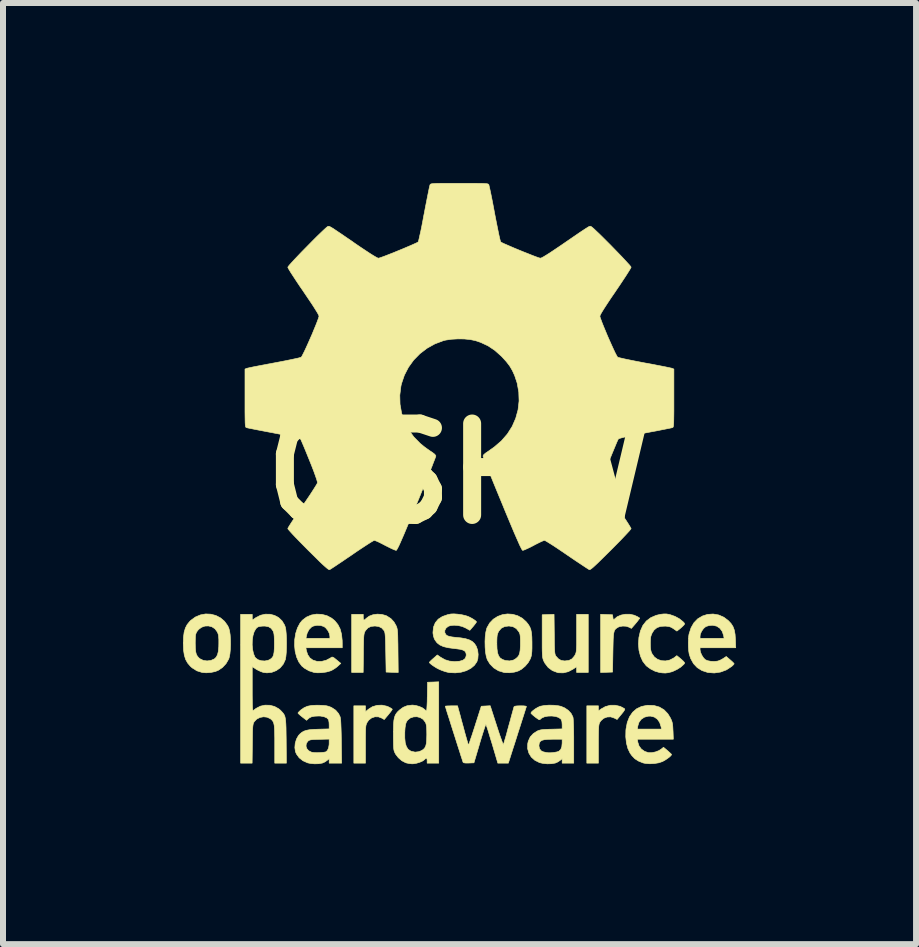
<source format=kicad_pcb>
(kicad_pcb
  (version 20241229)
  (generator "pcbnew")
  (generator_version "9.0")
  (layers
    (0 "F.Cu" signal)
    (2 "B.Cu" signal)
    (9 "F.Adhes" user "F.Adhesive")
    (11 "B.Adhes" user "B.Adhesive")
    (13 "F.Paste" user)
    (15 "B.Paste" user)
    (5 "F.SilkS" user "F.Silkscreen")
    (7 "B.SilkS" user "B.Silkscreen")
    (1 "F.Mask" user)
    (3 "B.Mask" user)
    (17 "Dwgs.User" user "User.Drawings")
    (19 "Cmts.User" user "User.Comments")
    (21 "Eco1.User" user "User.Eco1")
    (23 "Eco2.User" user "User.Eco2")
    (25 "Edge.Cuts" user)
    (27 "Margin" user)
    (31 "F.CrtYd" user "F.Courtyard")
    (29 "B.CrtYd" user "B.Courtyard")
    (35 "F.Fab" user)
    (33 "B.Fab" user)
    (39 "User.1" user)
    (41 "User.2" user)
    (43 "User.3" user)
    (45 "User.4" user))
  (footprint "OSHW"
    (layer "F.Cu")
    (at 4.601 4.843)
    (property "Reference" "OSHW" (at 0 0 0) (layer "F.SilkS") (effects (font (size 1.524 1.524) (thickness 0.3))))
    (attr through_hole)
    (fp_poly (pts (xy 2.687 3.88) (xy 2.756 3.917) (xy 2.762 3.926) (xy 2.756 3.943) (xy 2.738 3.97) (xy 2.705 4.012) (xy 2.703 4.013) (xy 2.634 4.098) (xy 2.586 4.074) (xy 2.526 4.054) (xy 2.465 4.057) (xy 2.409 4.079) (xy 2.363 4.12) (xy 2.343 4.15) (xy 2.337 4.165) (xy 2.332 4.184) (xy 2.328 4.21) (xy 2.326 4.246) (xy 2.324 4.295) (xy 2.323 4.36) (xy 2.322 4.445) (xy 2.322 4.508) (xy 2.322 4.826) (xy 2.129 4.826) (xy 2.129 3.87) (xy 2.322 3.87) (xy 2.322 3.956) (xy 2.365 3.924) (xy 2.438 3.883) (xy 2.52 3.861) (xy 2.604 3.861) (xy 2.687 3.88)) (stroke (width 0.01) (type solid)) (fill yes) (layer "F.SilkS"))
    (fp_poly (pts (xy -1.202 3.877) (xy -1.176 3.888) (xy -1.142 3.906) (xy -1.119 3.921) (xy -1.113 3.928) (xy -1.12 3.941) (xy -1.139 3.968) (xy -1.167 4.003) (xy -1.18 4.019) (xy -1.247 4.099) (xy -1.286 4.076) (xy -1.343 4.054) (xy -1.402 4.053) (xy -1.458 4.072) (xy -1.506 4.109) (xy -1.533 4.148) (xy -1.541 4.166) (xy -1.548 4.183) (xy -1.553 4.204) (xy -1.556 4.232) (xy -1.558 4.269) (xy -1.559 4.32) (xy -1.56 4.386) (xy -1.56 4.473) (xy -1.56 4.514) (xy -1.56 4.826) (xy -1.754 4.826) (xy -1.754 3.87) (xy -1.56 3.87) (xy -1.56 3.969) (xy -1.512 3.928) (xy -1.444 3.885) (xy -1.366 3.862) (xy -1.284 3.859) (xy -1.202 3.877)) (stroke (width 0.01) (type solid)) (fill yes) (layer "F.SilkS"))
    (fp_poly (pts (xy 2.847 2.344) (xy 2.919 2.36) (xy 2.972 2.384) (xy 3.012 2.409) (xy 2.988 2.441) (xy 2.967 2.469) (xy 2.937 2.505) (xy 2.918 2.527) (xy 2.872 2.58) (xy 2.833 2.56) (xy 2.785 2.544) (xy 2.73 2.541) (xy 2.677 2.549) (xy 2.645 2.563) (xy 2.624 2.577) (xy 2.607 2.591) (xy 2.594 2.608) (xy 2.585 2.63) (xy 2.578 2.66) (xy 2.573 2.702) (xy 2.569 2.758) (xy 2.567 2.831) (xy 2.565 2.924) (xy 2.564 2.975) (xy 2.558 3.308) (xy 2.359 3.315) (xy 2.359 2.345) (xy 2.558 2.353) (xy 2.564 2.4) (xy 2.569 2.429) (xy 2.575 2.437) (xy 2.585 2.429) (xy 2.587 2.427) (xy 2.635 2.386) (xy 2.699 2.358) (xy 2.771 2.344) (xy 2.847 2.344)) (stroke (width 0.01) (type solid)) (fill yes) (layer "F.SilkS"))
    (fp_poly (pts (xy 1.587 2.678) (xy 1.588 2.776) (xy 1.589 2.854) (xy 1.591 2.913) (xy 1.593 2.957) (xy 1.596 2.988) (xy 1.6 3.01) (xy 1.605 3.026) (xy 1.611 3.038) (xy 1.615 3.043) (xy 1.656 3.088) (xy 1.7 3.113) (xy 1.754 3.122) (xy 1.764 3.122) (xy 1.831 3.114) (xy 1.883 3.087) (xy 1.923 3.04) (xy 1.932 3.024) (xy 1.941 3.007) (xy 1.947 2.989) (xy 1.952 2.968) (xy 1.955 2.941) (xy 1.957 2.904) (xy 1.959 2.853) (xy 1.959 2.786) (xy 1.959 2.7) (xy 1.959 2.658) (xy 1.959 2.346) (xy 2.153 2.346) (xy 2.153 3.314) (xy 1.959 3.314) (xy 1.959 3.219) (xy 1.899 3.259) (xy 1.82 3.301) (xy 1.738 3.321) (xy 1.657 3.319) (xy 1.639 3.315) (xy 1.555 3.283) (xy 1.485 3.231) (xy 1.431 3.161) (xy 1.413 3.127) (xy 1.405 3.108) (xy 1.399 3.091) (xy 1.394 3.07) (xy 1.39 3.044) (xy 1.388 3.009) (xy 1.386 2.962) (xy 1.385 2.901) (xy 1.385 2.822) (xy 1.385 2.722) (xy 1.385 2.709) (xy 1.385 2.353) (xy 1.484 2.349) (xy 1.583 2.346) (xy 1.587 2.678)) (stroke (width 0.01) (type solid)) (fill yes) (layer "F.SilkS"))
    (fp_poly (pts (xy -1.288 2.347) (xy -1.219 2.366) (xy -1.203 2.374) (xy -1.136 2.417) (xy -1.086 2.471) (xy -1.05 2.534) (xy -1.042 2.552) (xy -1.036 2.57) (xy -1.031 2.592) (xy -1.027 2.619) (xy -1.024 2.655) (xy -1.022 2.703) (xy -1.021 2.766) (xy -1.019 2.847) (xy -1.018 2.95) (xy -1.018 2.955) (xy -1.014 3.315) (xy -1.115 3.312) (xy -1.216 3.308) (xy -1.222 2.981) (xy -1.224 2.883) (xy -1.226 2.805) (xy -1.228 2.745) (xy -1.231 2.701) (xy -1.234 2.669) (xy -1.238 2.646) (xy -1.244 2.63) (xy -1.25 2.617) (xy -1.289 2.573) (xy -1.34 2.548) (xy -1.402 2.54) (xy -1.468 2.547) (xy -1.518 2.571) (xy -1.557 2.613) (xy -1.562 2.621) (xy -1.571 2.636) (xy -1.577 2.651) (xy -1.582 2.669) (xy -1.586 2.694) (xy -1.589 2.728) (xy -1.591 2.775) (xy -1.592 2.838) (xy -1.594 2.92) (xy -1.594 2.991) (xy -1.598 3.314) (xy -1.79 3.314) (xy -1.79 2.346) (xy -1.597 2.346) (xy -1.597 2.395) (xy -1.594 2.429) (xy -1.585 2.441) (xy -1.566 2.431) (xy -1.548 2.413) (xy -1.498 2.376) (xy -1.434 2.352) (xy -1.362 2.342) (xy -1.288 2.347)) (stroke (width 0.01) (type solid)) (fill yes) (layer "F.SilkS"))
    (fp_poly (pts (xy -2.288 2.346) (xy -2.202 2.368) (xy -2.123 2.41) (xy -2.07 2.454) (xy -2.019 2.517) (xy -1.982 2.59) (xy -1.959 2.677) (xy -1.948 2.78) (xy -1.947 2.827) (xy -1.947 2.903) (xy -2.553 2.903) (xy -2.545 2.948) (xy -2.523 3.018) (xy -2.486 3.072) (xy -2.437 3.108) (xy -2.367 3.13) (xy -2.29 3.13) (xy -2.213 3.11) (xy -2.14 3.071) (xy -2.134 3.067) (xy -2.12 3.058) (xy -2.106 3.059) (xy -2.086 3.069) (xy -2.056 3.093) (xy -2.04 3.106) (xy -1.971 3.163) (xy -2.026 3.214) (xy -2.069 3.247) (xy -2.117 3.276) (xy -2.144 3.288) (xy -2.212 3.307) (xy -2.289 3.318) (xy -2.364 3.32) (xy -2.417 3.314) (xy -2.501 3.287) (xy -2.576 3.244) (xy -2.621 3.207) (xy -2.671 3.14) (xy -2.708 3.057) (xy -2.732 2.963) (xy -2.742 2.863) (xy -2.739 2.762) (xy -2.736 2.746) (xy -2.551 2.746) (xy -2.153 2.746) (xy -2.153 2.711) (xy -2.162 2.665) (xy -2.187 2.615) (xy -2.221 2.573) (xy -2.25 2.55) (xy -2.305 2.532) (xy -2.367 2.528) (xy -2.425 2.54) (xy -2.457 2.555) (xy -2.5 2.598) (xy -2.531 2.657) (xy -2.544 2.706) (xy -2.551 2.746) (xy -2.736 2.746) (xy -2.723 2.663) (xy -2.693 2.571) (xy -2.651 2.492) (xy -2.612 2.444) (xy -2.542 2.391) (xy -2.462 2.357) (xy -2.376 2.342) (xy -2.288 2.346)) (stroke (width 0.01) (type solid)) (fill yes) (layer "F.SilkS"))
    (fp_poly (pts (xy 3.248 3.865) (xy 3.337 3.89) (xy 3.415 3.936) (xy 3.479 4.002) (xy 3.521 4.071) (xy 3.539 4.109) (xy 3.55 4.141) (xy 3.558 4.176) (xy 3.562 4.22) (xy 3.565 4.279) (xy 3.566 4.289) (xy 3.571 4.427) (xy 2.972 4.427) (xy 2.979 4.477) (xy 2.999 4.539) (xy 3.038 4.591) (xy 3.093 4.63) (xy 3.157 4.651) (xy 3.21 4.651) (xy 3.272 4.639) (xy 3.33 4.617) (xy 3.372 4.59) (xy 3.407 4.561) (xy 3.473 4.616) (xy 3.505 4.645) (xy 3.53 4.668) (xy 3.541 4.68) (xy 3.541 4.681) (xy 3.535 4.695) (xy 3.513 4.718) (xy 3.479 4.744) (xy 3.44 4.771) (xy 3.399 4.794) (xy 3.387 4.8) (xy 3.327 4.82) (xy 3.254 4.832) (xy 3.179 4.836) (xy 3.109 4.831) (xy 3.066 4.822) (xy 2.988 4.79) (xy 2.928 4.751) (xy 2.878 4.698) (xy 2.849 4.657) (xy 2.813 4.581) (xy 2.789 4.49) (xy 2.778 4.387) (xy 2.78 4.28) (xy 2.782 4.259) (xy 2.782 4.258) (xy 2.972 4.258) (xy 3.374 4.258) (xy 3.366 4.218) (xy 3.343 4.147) (xy 3.305 4.093) (xy 3.253 4.057) (xy 3.19 4.042) (xy 3.154 4.043) (xy 3.088 4.06) (xy 3.034 4.096) (xy 2.997 4.148) (xy 2.979 4.207) (xy 2.972 4.258) (xy 2.782 4.258) (xy 2.803 4.148) (xy 2.84 4.054) (xy 2.893 3.977) (xy 2.96 3.919) (xy 3.04 3.881) (xy 3.134 3.862) (xy 3.146 3.861) (xy 3.248 3.865)) (stroke (width 0.01) (type solid)) (fill yes) (layer "F.SilkS"))
    (fp_poly (pts (xy 4.326 2.356) (xy 4.413 2.394) (xy 4.486 2.449) (xy 4.532 2.498) (xy 4.565 2.549) (xy 4.587 2.608) (xy 4.6 2.679) (xy 4.606 2.767) (xy 4.611 2.903) (xy 4.016 2.903) (xy 4.016 2.937) (xy 4.024 2.978) (xy 4.045 3.026) (xy 4.073 3.07) (xy 4.103 3.101) (xy 4.141 3.118) (xy 4.193 3.128) (xy 4.25 3.131) (xy 4.303 3.126) (xy 4.322 3.121) (xy 4.361 3.105) (xy 4.402 3.082) (xy 4.409 3.077) (xy 4.453 3.048) (xy 4.518 3.104) (xy 4.551 3.133) (xy 4.574 3.156) (xy 4.584 3.169) (xy 4.584 3.17) (xy 4.576 3.182) (xy 4.554 3.204) (xy 4.541 3.215) (xy 4.454 3.272) (xy 4.356 3.308) (xy 4.253 3.323) (xy 4.148 3.315) (xy 4.143 3.314) (xy 4.049 3.283) (xy 3.97 3.234) (xy 3.907 3.167) (xy 3.86 3.082) (xy 3.835 3.007) (xy 3.827 2.955) (xy 3.822 2.889) (xy 3.821 2.816) (xy 3.824 2.746) (xy 3.827 2.711) (xy 4.016 2.711) (xy 4.016 2.746) (xy 4.417 2.746) (xy 4.409 2.7) (xy 4.386 2.631) (xy 4.347 2.578) (xy 4.295 2.543) (xy 4.229 2.528) (xy 4.216 2.528) (xy 4.161 2.534) (xy 4.114 2.549) (xy 4.112 2.55) (xy 4.075 2.581) (xy 4.043 2.626) (xy 4.021 2.675) (xy 4.016 2.711) (xy 3.827 2.711) (xy 3.83 2.688) (xy 3.833 2.673) (xy 3.866 2.57) (xy 3.914 2.486) (xy 3.978 2.42) (xy 4.057 2.373) (xy 4.139 2.347) (xy 4.234 2.34) (xy 4.326 2.356)) (stroke (width 0.01) (type solid)) (fill yes) (layer "F.SilkS"))
    (fp_poly (pts (xy 3.455 2.339) (xy 3.5 2.347) (xy 3.52 2.352) (xy 3.599 2.38) (xy 3.672 2.42) (xy 3.732 2.468) (xy 3.737 2.473) (xy 3.756 2.494) (xy 3.758 2.508) (xy 3.746 2.525) (xy 3.742 2.529) (xy 3.718 2.553) (xy 3.686 2.581) (xy 3.675 2.59) (xy 3.63 2.625) (xy 3.575 2.586) (xy 3.538 2.563) (xy 3.503 2.55) (xy 3.459 2.544) (xy 3.438 2.542) (xy 3.36 2.546) (xy 3.299 2.567) (xy 3.251 2.606) (xy 3.218 2.656) (xy 3.204 2.689) (xy 3.194 2.721) (xy 3.19 2.76) (xy 3.188 2.813) (xy 3.188 2.83) (xy 3.189 2.89) (xy 3.193 2.933) (xy 3.201 2.967) (xy 3.214 2.999) (xy 3.216 3.002) (xy 3.255 3.057) (xy 3.309 3.096) (xy 3.372 3.118) (xy 3.441 3.122) (xy 3.51 3.108) (xy 3.576 3.074) (xy 3.586 3.067) (xy 3.629 3.034) (xy 3.674 3.07) (xy 3.707 3.098) (xy 3.735 3.124) (xy 3.742 3.131) (xy 3.758 3.151) (xy 3.757 3.165) (xy 3.742 3.182) (xy 3.694 3.225) (xy 3.632 3.264) (xy 3.564 3.296) (xy 3.541 3.304) (xy 3.486 3.318) (xy 3.437 3.324) (xy 3.384 3.321) (xy 3.337 3.314) (xy 3.264 3.293) (xy 3.19 3.255) (xy 3.126 3.208) (xy 3.114 3.196) (xy 3.061 3.127) (xy 3.023 3.042) (xy 2.998 2.944) (xy 2.99 2.838) (xy 2.997 2.732) (xy 3.022 2.623) (xy 3.063 2.531) (xy 3.121 2.457) (xy 3.195 2.401) (xy 3.285 2.362) (xy 3.359 2.345) (xy 3.412 2.339) (xy 3.455 2.339)) (stroke (width 0.01) (type solid)) (fill yes) (layer "F.SilkS"))
    (fp_poly (pts (xy -4.137 2.343) (xy -4.053 2.365) (xy -3.976 2.405) (xy -3.91 2.461) (xy -3.857 2.534) (xy -3.839 2.572) (xy -3.825 2.621) (xy -3.815 2.688) (xy -3.81 2.766) (xy -3.809 2.849) (xy -3.812 2.93) (xy -3.819 3.004) (xy -3.831 3.064) (xy -3.839 3.09) (xy -3.883 3.166) (xy -3.943 3.231) (xy -4.014 3.279) (xy -4.064 3.299) (xy -4.136 3.314) (xy -4.215 3.32) (xy -4.283 3.314) (xy -4.37 3.287) (xy -4.449 3.237) (xy -4.479 3.21) (xy -4.524 3.157) (xy -4.557 3.098) (xy -4.579 3.027) (xy -4.592 2.942) (xy -4.596 2.838) (xy -4.596 2.83) (xy -4.397 2.83) (xy -4.395 2.908) (xy -4.39 2.967) (xy -4.379 3.011) (xy -4.361 3.044) (xy -4.335 3.073) (xy -4.317 3.087) (xy -4.263 3.113) (xy -4.2 3.122) (xy -4.136 3.114) (xy -4.078 3.089) (xy -4.078 3.089) (xy -4.048 3.06) (xy -4.026 3.019) (xy -4.012 2.962) (xy -4.005 2.886) (xy -4.004 2.83) (xy -4.004 2.766) (xy -4.007 2.721) (xy -4.011 2.688) (xy -4.02 2.661) (xy -4.031 2.637) (xy -4.068 2.587) (xy -4.118 2.554) (xy -4.175 2.539) (xy -4.235 2.541) (xy -4.292 2.561) (xy -4.342 2.598) (xy -4.372 2.637) (xy -4.382 2.658) (xy -4.39 2.682) (xy -4.394 2.714) (xy -4.396 2.759) (xy -4.397 2.823) (xy -4.397 2.83) (xy -4.596 2.83) (xy -4.593 2.727) (xy -4.582 2.643) (xy -4.561 2.573) (xy -4.531 2.515) (xy -4.488 2.463) (xy -4.47 2.445) (xy -4.394 2.39) (xy -4.31 2.355) (xy -4.224 2.339) (xy -4.137 2.343)) (stroke (width 0.01) (type solid)) (fill yes) (layer "F.SilkS"))
    (fp_poly (pts (xy 0.893 2.345) (xy 0.977 2.369) (xy 1.055 2.412) (xy 1.117 2.468) (xy 1.152 2.511) (xy 1.178 2.553) (xy 1.196 2.599) (xy 1.207 2.654) (xy 1.213 2.723) (xy 1.215 2.81) (xy 1.215 2.836) (xy 1.215 2.91) (xy 1.213 2.964) (xy 1.209 3.005) (xy 1.204 3.037) (xy 1.195 3.066) (xy 1.188 3.086) (xy 1.152 3.15) (xy 1.1 3.211) (xy 1.038 3.262) (xy 0.988 3.289) (xy 0.921 3.309) (xy 0.843 3.319) (xy 0.766 3.317) (xy 0.747 3.314) (xy 0.658 3.287) (xy 0.579 3.239) (xy 0.515 3.174) (xy 0.47 3.101) (xy 0.453 3.045) (xy 0.44 2.973) (xy 0.434 2.89) (xy 0.433 2.83) (xy 0.629 2.83) (xy 0.632 2.918) (xy 0.641 2.986) (xy 0.658 3.036) (xy 0.684 3.072) (xy 0.721 3.097) (xy 0.771 3.115) (xy 0.771 3.115) (xy 0.842 3.122) (xy 0.906 3.108) (xy 0.942 3.087) (xy 0.974 3.06) (xy 0.996 3.03) (xy 1.01 2.992) (xy 1.018 2.942) (xy 1.022 2.875) (xy 1.022 2.83) (xy 1.022 2.765) (xy 1.02 2.718) (xy 1.016 2.685) (xy 1.009 2.66) (xy 0.998 2.639) (xy 0.997 2.637) (xy 0.954 2.583) (xy 0.898 2.551) (xy 0.831 2.54) (xy 0.83 2.54) (xy 0.76 2.549) (xy 0.705 2.576) (xy 0.664 2.623) (xy 0.656 2.637) (xy 0.644 2.664) (xy 0.636 2.691) (xy 0.632 2.726) (xy 0.63 2.773) (xy 0.629 2.83) (xy 0.433 2.83) (xy 0.432 2.802) (xy 0.436 2.717) (xy 0.446 2.641) (xy 0.461 2.58) (xy 0.465 2.569) (xy 0.51 2.49) (xy 0.57 2.427) (xy 0.642 2.381) (xy 0.722 2.351) (xy 0.807 2.339) (xy 0.893 2.345)) (stroke (width 0.01) (type solid)) (fill yes) (layer "F.SilkS"))
    (fp_poly (pts (xy -0.339 4.826) (xy -0.532 4.826) (xy -0.532 4.784) (xy -0.535 4.752) (xy -0.546 4.743) (xy -0.566 4.756) (xy -0.574 4.765) (xy -0.606 4.789) (xy -0.653 4.81) (xy -0.708 4.827) (xy -0.761 4.836) (xy -0.784 4.837) (xy -0.832 4.832) (xy -0.88 4.822) (xy -0.89 4.819) (xy -0.955 4.785) (xy -1.013 4.734) (xy -1.059 4.674) (xy -1.066 4.66) (xy -1.076 4.639) (xy -1.083 4.619) (xy -1.088 4.595) (xy -1.091 4.564) (xy -1.093 4.522) (xy -1.094 4.465) (xy -1.095 4.406) (xy -0.905 4.406) (xy -0.897 4.488) (xy -0.878 4.55) (xy -0.849 4.595) (xy -0.808 4.623) (xy -0.796 4.628) (xy -0.733 4.642) (xy -0.673 4.635) (xy -0.634 4.62) (xy -0.599 4.6) (xy -0.574 4.575) (xy -0.556 4.541) (xy -0.545 4.496) (xy -0.54 4.434) (xy -0.538 4.352) (xy -0.538 4.348) (xy -0.539 4.281) (xy -0.541 4.232) (xy -0.545 4.197) (xy -0.551 4.17) (xy -0.561 4.146) (xy -0.563 4.143) (xy -0.599 4.096) (xy -0.648 4.066) (xy -0.703 4.052) (xy -0.76 4.055) (xy -0.813 4.073) (xy -0.858 4.109) (xy -0.878 4.139) (xy -0.891 4.177) (xy -0.9 4.235) (xy -0.905 4.304) (xy -0.905 4.406) (xy -1.095 4.406) (xy -1.095 4.39) (xy -1.095 4.354) (xy -1.094 4.255) (xy -1.092 4.177) (xy -1.087 4.116) (xy -1.078 4.068) (xy -1.065 4.03) (xy -1.047 3.998) (xy -1.023 3.969) (xy -0.992 3.94) (xy -0.931 3.895) (xy -0.867 3.869) (xy -0.791 3.859) (xy -0.773 3.858) (xy -0.72 3.865) (xy -0.663 3.881) (xy -0.613 3.903) (xy -0.576 3.929) (xy -0.57 3.935) (xy -0.552 3.951) (xy -0.543 3.955) (xy -0.54 3.944) (xy -0.537 3.912) (xy -0.534 3.863) (xy -0.531 3.8) (xy -0.53 3.729) (xy -0.529 3.716) (xy -0.526 3.477) (xy -0.432 3.474) (xy -0.339 3.47) (xy -0.339 4.826)) (stroke (width 0.01) (type solid)) (fill yes) (layer "F.SilkS"))
    (fp_poly (pts (xy -0.021 2.343) (xy 0.048 2.353) (xy 0.112 2.368) (xy 0.156 2.383) (xy 0.201 2.406) (xy 0.242 2.43) (xy 0.273 2.452) (xy 0.289 2.468) (xy 0.29 2.472) (xy 0.283 2.485) (xy 0.264 2.511) (xy 0.237 2.545) (xy 0.235 2.547) (xy 0.179 2.612) (xy 0.112 2.574) (xy 0.053 2.548) (xy -0.015 2.532) (xy -0.083 2.527) (xy -0.143 2.533) (xy -0.18 2.545) (xy -0.217 2.575) (xy -0.237 2.611) (xy -0.238 2.649) (xy -0.22 2.684) (xy -0.194 2.703) (xy -0.164 2.713) (xy -0.12 2.722) (xy -0.071 2.728) (xy -0.07 2.728) (xy 0.03 2.738) (xy 0.11 2.752) (xy 0.172 2.772) (xy 0.22 2.798) (xy 0.257 2.833) (xy 0.286 2.877) (xy 0.288 2.882) (xy 0.31 2.944) (xy 0.318 3.014) (xy 0.313 3.083) (xy 0.297 3.136) (xy 0.255 3.196) (xy 0.195 3.246) (xy 0.12 3.285) (xy 0.034 3.31) (xy -0.06 3.321) (xy -0.157 3.317) (xy -0.181 3.313) (xy -0.229 3.301) (xy -0.284 3.282) (xy -0.325 3.265) (xy -0.369 3.243) (xy -0.413 3.216) (xy -0.452 3.189) (xy -0.481 3.166) (xy -0.495 3.149) (xy -0.496 3.147) (xy -0.487 3.135) (xy -0.465 3.113) (xy -0.433 3.084) (xy -0.429 3.081) (xy -0.363 3.022) (xy -0.309 3.06) (xy -0.235 3.102) (xy -0.16 3.125) (xy -0.074 3.133) (xy -0.071 3.133) (xy 0.008 3.127) (xy 0.065 3.11) (xy 0.102 3.081) (xy 0.118 3.04) (xy 0.119 3.009) (xy 0.111 2.98) (xy 0.094 2.957) (xy 0.064 2.941) (xy 0.017 2.928) (xy -0.05 2.919) (xy -0.084 2.915) (xy -0.183 2.902) (xy -0.261 2.883) (xy -0.321 2.856) (xy -0.367 2.82) (xy -0.401 2.774) (xy -0.413 2.752) (xy -0.427 2.708) (xy -0.435 2.659) (xy -0.435 2.644) (xy -0.426 2.558) (xy -0.396 2.485) (xy -0.347 2.426) (xy -0.278 2.382) (xy -0.19 2.351) (xy -0.137 2.34) (xy -0.086 2.338) (xy -0.021 2.343)) (stroke (width 0.01) (type solid)) (fill yes) (layer "F.SilkS"))
    (fp_poly (pts (xy -2.322 3.861) (xy -2.259 3.864) (xy -2.213 3.869) (xy -2.176 3.878) (xy -2.142 3.891) (xy -2.124 3.899) (xy -2.057 3.943) (xy -2.009 3.999) (xy -1.983 4.052) (xy -1.978 4.074) (xy -1.973 4.112) (xy -1.97 4.168) (xy -1.967 4.242) (xy -1.964 4.337) (xy -1.962 4.455) (xy -1.962 4.46) (xy -1.957 4.826) (xy -2.165 4.826) (xy -2.165 4.751) (xy -2.202 4.782) (xy -2.239 4.807) (xy -2.28 4.825) (xy -2.283 4.825) (xy -2.34 4.835) (xy -2.408 4.837) (xy -2.475 4.831) (xy -2.524 4.821) (xy -2.602 4.786) (xy -2.665 4.736) (xy -2.71 4.674) (xy -2.727 4.635) (xy -2.737 4.568) (xy -2.735 4.542) (xy -2.551 4.542) (xy -2.538 4.583) (xy -2.508 4.618) (xy -2.464 4.641) (xy -2.449 4.645) (xy -2.411 4.65) (xy -2.362 4.651) (xy -2.309 4.649) (xy -2.26 4.645) (xy -2.225 4.639) (xy -2.22 4.637) (xy -2.195 4.615) (xy -2.176 4.575) (xy -2.166 4.52) (xy -2.165 4.493) (xy -2.165 4.425) (xy -2.327 4.429) (xy -2.394 4.431) (xy -2.44 4.433) (xy -2.472 4.437) (xy -2.493 4.443) (xy -2.508 4.451) (xy -2.521 4.462) (xy -2.546 4.5) (xy -2.551 4.542) (xy -2.735 4.542) (xy -2.731 4.496) (xy -2.71 4.425) (xy -2.676 4.365) (xy -2.653 4.34) (xy -2.621 4.313) (xy -2.587 4.293) (xy -2.546 4.279) (xy -2.494 4.269) (xy -2.426 4.263) (xy -2.343 4.26) (xy -2.165 4.255) (xy -2.165 4.189) (xy -2.167 4.147) (xy -2.173 4.112) (xy -2.178 4.098) (xy -2.205 4.071) (xy -2.25 4.052) (xy -2.309 4.041) (xy -2.339 4.04) (xy -2.406 4.043) (xy -2.456 4.052) (xy -2.492 4.069) (xy -2.51 4.083) (xy -2.541 4.112) (xy -2.613 4.056) (xy -2.648 4.028) (xy -2.673 4.005) (xy -2.685 3.991) (xy -2.685 3.99) (xy -2.677 3.978) (xy -2.655 3.956) (xy -2.634 3.937) (xy -2.583 3.902) (xy -2.526 3.877) (xy -2.457 3.864) (xy -2.373 3.86) (xy -2.322 3.861)) (stroke (width 0.01) (type solid)) (fill yes) (layer "F.SilkS"))
    (fp_poly (pts (xy 1.582 3.861) (xy 1.658 3.87) (xy 1.698 3.879) (xy 1.762 3.906) (xy 1.821 3.947) (xy 1.867 3.997) (xy 1.895 4.051) (xy 1.898 4.058) (xy 1.902 4.086) (xy 1.905 4.136) (xy 1.908 4.206) (xy 1.91 4.294) (xy 1.911 4.399) (xy 1.911 4.466) (xy 1.911 4.826) (xy 1.718 4.826) (xy 1.718 4.751) (xy 1.681 4.782) (xy 1.643 4.807) (xy 1.602 4.825) (xy 1.599 4.825) (xy 1.54 4.835) (xy 1.469 4.837) (xy 1.399 4.83) (xy 1.34 4.817) (xy 1.339 4.816) (xy 1.263 4.778) (xy 1.203 4.724) (xy 1.163 4.658) (xy 1.142 4.583) (xy 1.143 4.539) (xy 1.331 4.539) (xy 1.341 4.586) (xy 1.369 4.621) (xy 1.406 4.638) (xy 1.44 4.645) (xy 1.457 4.649) (xy 1.493 4.653) (xy 1.54 4.652) (xy 1.59 4.646) (xy 1.634 4.638) (xy 1.664 4.627) (xy 1.665 4.626) (xy 1.695 4.597) (xy 1.712 4.553) (xy 1.718 4.491) (xy 1.718 4.487) (xy 1.718 4.427) (xy 1.566 4.427) (xy 1.483 4.429) (xy 1.422 4.435) (xy 1.379 4.446) (xy 1.352 4.465) (xy 1.337 4.492) (xy 1.331 4.529) (xy 1.331 4.539) (xy 1.143 4.539) (xy 1.144 4.502) (xy 1.153 4.461) (xy 1.186 4.389) (xy 1.239 4.331) (xy 1.306 4.289) (xy 1.332 4.279) (xy 1.362 4.271) (xy 1.399 4.266) (xy 1.45 4.263) (xy 1.519 4.26) (xy 1.539 4.26) (xy 1.718 4.255) (xy 1.718 4.185) (xy 1.714 4.133) (xy 1.703 4.1) (xy 1.696 4.091) (xy 1.659 4.064) (xy 1.606 4.047) (xy 1.545 4.04) (xy 1.482 4.042) (xy 1.424 4.053) (xy 1.377 4.074) (xy 1.356 4.092) (xy 1.346 4.101) (xy 1.333 4.101) (xy 1.313 4.089) (xy 1.279 4.065) (xy 1.269 4.057) (xy 1.234 4.029) (xy 1.209 4.006) (xy 1.198 3.993) (xy 1.197 3.992) (xy 1.207 3.973) (xy 1.233 3.949) (xy 1.269 3.922) (xy 1.309 3.898) (xy 1.347 3.88) (xy 1.356 3.877) (xy 1.421 3.865) (xy 1.499 3.859) (xy 1.582 3.861)) (stroke (width 0.01) (type solid)) (fill yes) (layer "F.SilkS"))
    (fp_poly (pts (xy 0.625 4.197) (xy 0.652 4.28) (xy 0.677 4.355) (xy 0.7 4.419) (xy 0.718 4.469) (xy 0.731 4.501) (xy 0.738 4.515) (xy 0.739 4.515) (xy 0.744 4.501) (xy 0.754 4.467) (xy 0.769 4.416) (xy 0.788 4.352) (xy 0.808 4.276) (xy 0.828 4.203) (xy 0.851 4.121) (xy 0.871 4.046) (xy 0.889 3.982) (xy 0.903 3.931) (xy 0.912 3.898) (xy 0.916 3.886) (xy 0.93 3.877) (xy 0.964 3.872) (xy 1.02 3.87) (xy 1.025 3.87) (xy 1.077 3.871) (xy 1.108 3.875) (xy 1.121 3.88) (xy 1.122 3.886) (xy 1.116 3.901) (xy 1.105 3.936) (xy 1.089 3.987) (xy 1.069 4.049) (xy 1.047 4.118) (xy 1.047 4.118) (xy 1.02 4.203) (xy 0.988 4.302) (xy 0.955 4.407) (xy 0.923 4.508) (xy 0.899 4.581) (xy 0.821 4.826) (xy 0.646 4.826) (xy 0.551 4.505) (xy 0.525 4.421) (xy 0.502 4.345) (xy 0.482 4.279) (xy 0.465 4.228) (xy 0.453 4.194) (xy 0.447 4.179) (xy 0.447 4.179) (xy 0.442 4.189) (xy 0.431 4.219) (xy 0.415 4.266) (xy 0.395 4.329) (xy 0.372 4.402) (xy 0.347 4.485) (xy 0.344 4.497) (xy 0.248 4.82) (xy 0.16 4.824) (xy 0.109 4.824) (xy 0.08 4.82) (xy 0.067 4.812) (xy 0.067 4.811) (xy 0.06 4.792) (xy 0.048 4.754) (xy 0.03 4.7) (xy 0.009 4.632) (xy -0.016 4.555) (xy -0.043 4.47) (xy -0.071 4.381) (xy -0.1 4.291) (xy -0.128 4.203) (xy -0.154 4.119) (xy -0.178 4.044) (xy -0.199 3.979) (xy -0.215 3.927) (xy -0.225 3.893) (xy -0.23 3.878) (xy -0.23 3.877) (xy -0.219 3.874) (xy -0.189 3.872) (xy -0.146 3.871) (xy -0.128 3.87) (xy -0.025 3.87) (xy -0.015 3.91) (xy -0.009 3.932) (xy 0.003 3.974) (xy 0.019 4.032) (xy 0.037 4.102) (xy 0.059 4.181) (xy 0.074 4.236) (xy 0.095 4.315) (xy 0.115 4.386) (xy 0.132 4.445) (xy 0.145 4.49) (xy 0.154 4.517) (xy 0.157 4.523) (xy 0.162 4.512) (xy 0.174 4.481) (xy 0.19 4.433) (xy 0.212 4.37) (xy 0.236 4.296) (xy 0.263 4.213) (xy 0.267 4.2) (xy 0.37 3.877) (xy 0.519 3.869) (xy 0.625 4.197)) (stroke (width 0.01) (type solid)) (fill yes) (layer "F.SilkS"))
    (fp_poly (pts (xy -3.149 2.344) (xy -3.074 2.364) (xy -3.006 2.401) (xy -2.95 2.455) (xy -2.908 2.525) (xy -2.895 2.561) (xy -2.887 2.605) (xy -2.881 2.668) (xy -2.877 2.742) (xy -2.876 2.823) (xy -2.877 2.905) (xy -2.88 2.981) (xy -2.886 3.046) (xy -2.894 3.093) (xy -2.895 3.099) (xy -2.929 3.174) (xy -2.981 3.237) (xy -3.046 3.283) (xy -3.121 3.312) (xy -3.202 3.321) (xy -3.262 3.314) (xy -3.305 3.299) (xy -3.354 3.276) (xy -3.384 3.259) (xy -3.447 3.217) (xy -3.447 3.587) (xy -3.447 3.695) (xy -3.446 3.78) (xy -3.445 3.846) (xy -3.443 3.893) (xy -3.441 3.925) (xy -3.438 3.942) (xy -3.434 3.948) (xy -3.432 3.948) (xy -3.412 3.935) (xy -3.385 3.915) (xy -3.381 3.912) (xy -3.311 3.876) (xy -3.234 3.859) (xy -3.153 3.861) (xy -3.076 3.881) (xy -3.007 3.919) (xy -2.977 3.944) (xy -2.953 3.969) (xy -2.933 3.992) (xy -2.917 4.015) (xy -2.905 4.041) (xy -2.897 4.074) (xy -2.891 4.116) (xy -2.887 4.17) (xy -2.884 4.239) (xy -2.883 4.326) (xy -2.881 4.434) (xy -2.881 4.454) (xy -2.878 4.826) (xy -3.072 4.826) (xy -3.072 4.508) (xy -3.072 4.404) (xy -3.074 4.32) (xy -3.076 4.254) (xy -3.08 4.204) (xy -3.087 4.167) (xy -3.097 4.139) (xy -3.11 4.118) (xy -3.127 4.1) (xy -3.146 4.085) (xy -3.199 4.06) (xy -3.259 4.053) (xy -3.319 4.064) (xy -3.373 4.092) (xy -3.413 4.134) (xy -3.414 4.135) (xy -3.422 4.149) (xy -3.429 4.164) (xy -3.433 4.183) (xy -3.437 4.209) (xy -3.44 4.245) (xy -3.442 4.295) (xy -3.443 4.36) (xy -3.444 4.445) (xy -3.445 4.502) (xy -3.449 4.826) (xy -3.641 4.826) (xy -3.641 2.855) (xy -3.448 2.855) (xy -3.441 2.932) (xy -3.426 3.001) (xy -3.403 3.056) (xy -3.391 3.072) (xy -3.351 3.102) (xy -3.298 3.119) (xy -3.239 3.123) (xy -3.182 3.112) (xy -3.149 3.096) (xy -3.123 3.076) (xy -3.104 3.052) (xy -3.091 3.019) (xy -3.083 2.973) (xy -3.079 2.911) (xy -3.078 2.836) (xy -3.079 2.764) (xy -3.081 2.712) (xy -3.085 2.674) (xy -3.091 2.646) (xy -3.1 2.623) (xy -3.132 2.579) (xy -3.176 2.552) (xy -3.235 2.541) (xy -3.278 2.542) (xy -3.322 2.547) (xy -3.35 2.555) (xy -3.371 2.569) (xy -3.388 2.588) (xy -3.416 2.637) (xy -3.435 2.701) (xy -3.446 2.776) (xy -3.448 2.855) (xy -3.641 2.855) (xy -3.641 2.346) (xy -3.447 2.346) (xy -3.447 2.442) (xy -3.387 2.401) (xy -3.309 2.361) (xy -3.229 2.343) (xy -3.149 2.344)) (stroke (width 0.01) (type solid)) (fill yes) (layer "F.SilkS"))
    (fp_poly (pts (xy 0.126 -4.838) (xy 0.224 -4.838) (xy 0.303 -4.837) (xy 0.364 -4.837) (xy 0.41 -4.835) (xy 0.443 -4.833) (xy 0.466 -4.831) (xy 0.48 -4.827) (xy 0.489 -4.823) (xy 0.494 -4.818) (xy 0.496 -4.815) (xy 0.5 -4.798) (xy 0.509 -4.76) (xy 0.521 -4.704) (xy 0.536 -4.632) (xy 0.553 -4.547) (xy 0.571 -4.453) (xy 0.59 -4.351) (xy 0.593 -4.334) (xy 0.613 -4.231) (xy 0.632 -4.136) (xy 0.649 -4.051) (xy 0.664 -3.978) (xy 0.677 -3.92) (xy 0.687 -3.881) (xy 0.693 -3.862) (xy 0.694 -3.861) (xy 0.71 -3.851) (xy 0.745 -3.834) (xy 0.796 -3.812) (xy 0.858 -3.785) (xy 0.928 -3.755) (xy 1.003 -3.724) (xy 1.079 -3.693) (xy 1.153 -3.664) (xy 1.22 -3.637) (xy 1.278 -3.615) (xy 1.322 -3.599) (xy 1.35 -3.591) (xy 1.355 -3.59) (xy 1.372 -3.595) (xy 1.405 -3.612) (xy 1.453 -3.641) (xy 1.518 -3.682) (xy 1.6 -3.737) (xy 1.701 -3.805) (xy 1.759 -3.845) (xy 1.861 -3.915) (xy 1.944 -3.972) (xy 2.011 -4.018) (xy 2.064 -4.053) (xy 2.105 -4.08) (xy 2.135 -4.099) (xy 2.156 -4.112) (xy 2.171 -4.119) (xy 2.182 -4.122) (xy 2.189 -4.122) (xy 2.196 -4.12) (xy 2.199 -4.119) (xy 2.214 -4.108) (xy 2.244 -4.083) (xy 2.285 -4.044) (xy 2.336 -3.996) (xy 2.394 -3.939) (xy 2.456 -3.877) (xy 2.522 -3.811) (xy 2.587 -3.744) (xy 2.651 -3.678) (xy 2.711 -3.616) (xy 2.764 -3.559) (xy 2.808 -3.511) (xy 2.842 -3.474) (xy 2.862 -3.449) (xy 2.867 -3.44) (xy 2.86 -3.424) (xy 2.841 -3.392) (xy 2.811 -3.344) (xy 2.772 -3.283) (xy 2.725 -3.212) (xy 2.672 -3.132) (xy 2.614 -3.047) (xy 2.607 -3.036) (xy 2.528 -2.921) (xy 2.464 -2.824) (xy 2.414 -2.747) (xy 2.377 -2.687) (xy 2.355 -2.647) (xy 2.347 -2.626) (xy 2.346 -2.625) (xy 2.351 -2.604) (xy 2.365 -2.565) (xy 2.385 -2.511) (xy 2.411 -2.446) (xy 2.441 -2.374) (xy 2.473 -2.297) (xy 2.507 -2.22) (xy 2.54 -2.146) (xy 2.571 -2.078) (xy 2.598 -2.02) (xy 2.621 -1.976) (xy 2.637 -1.948) (xy 2.643 -1.94) (xy 2.661 -1.934) (xy 2.699 -1.925) (xy 2.755 -1.912) (xy 2.827 -1.897) (xy 2.911 -1.88) (xy 3.004 -1.862) (xy 3.097 -1.844) (xy 3.197 -1.826) (xy 3.29 -1.808) (xy 3.373 -1.792) (xy 3.444 -1.778) (xy 3.5 -1.766) (xy 3.537 -1.758) (xy 3.553 -1.754) (xy 3.58 -1.742) (xy 3.58 -1.259) (xy 3.58 -1.138) (xy 3.58 -1.039) (xy 3.579 -0.96) (xy 3.578 -0.898) (xy 3.577 -0.851) (xy 3.575 -0.817) (xy 3.573 -0.794) (xy 3.569 -0.78) (xy 3.565 -0.772) (xy 3.56 -0.768) (xy 3.559 -0.768) (xy 3.543 -0.763) (xy 3.505 -0.755) (xy 3.45 -0.744) (xy 3.379 -0.73) (xy 3.295 -0.713) (xy 3.202 -0.696) (xy 3.103 -0.677) (xy 2.982 -0.654) (xy 2.883 -0.634) (xy 2.804 -0.618) (xy 2.744 -0.605) (xy 2.701 -0.594) (xy 2.672 -0.585) (xy 2.656 -0.577) (xy 2.653 -0.574) (xy 2.645 -0.558) (xy 2.629 -0.523) (xy 2.607 -0.47) (xy 2.58 -0.405) (xy 2.548 -0.328) (xy 2.514 -0.244) (xy 2.503 -0.216) (xy 2.459 -0.104) (xy 2.424 -0.012) (xy 2.398 0.058) (xy 2.382 0.11) (xy 2.374 0.143) (xy 2.373 0.154) (xy 2.381 0.172) (xy 2.401 0.207) (xy 2.432 0.256) (xy 2.472 0.318) (xy 2.52 0.39) (xy 2.573 0.469) (xy 2.623 0.542) (xy 2.679 0.624) (xy 2.731 0.701) (xy 2.777 0.77) (xy 2.815 0.829) (xy 2.843 0.874) (xy 2.861 0.905) (xy 2.867 0.917) (xy 2.858 0.93) (xy 2.835 0.958) (xy 2.797 0.999) (xy 2.748 1.051) (xy 2.69 1.112) (xy 2.623 1.18) (xy 2.55 1.254) (xy 2.53 1.274) (xy 2.442 1.361) (xy 2.37 1.432) (xy 2.312 1.489) (xy 2.266 1.532) (xy 2.231 1.564) (xy 2.205 1.585) (xy 2.187 1.597) (xy 2.175 1.601) (xy 2.17 1.601) (xy 2.155 1.592) (xy 2.122 1.571) (xy 2.075 1.54) (xy 2.015 1.5) (xy 1.944 1.453) (xy 1.866 1.4) (xy 1.797 1.353) (xy 1.715 1.297) (xy 1.638 1.245) (xy 1.57 1.2) (xy 1.511 1.163) (xy 1.466 1.135) (xy 1.436 1.118) (xy 1.424 1.113) (xy 1.406 1.118) (xy 1.37 1.133) (xy 1.323 1.156) (xy 1.267 1.184) (xy 1.242 1.198) (xy 1.184 1.228) (xy 1.133 1.252) (xy 1.092 1.27) (xy 1.066 1.279) (xy 1.06 1.28) (xy 1.054 1.274) (xy 1.043 1.258) (xy 1.029 1.23) (xy 1.009 1.19) (xy 0.985 1.135) (xy 0.954 1.065) (xy 0.916 0.978) (xy 0.872 0.873) (xy 0.82 0.749) (xy 0.76 0.605) (xy 0.719 0.504) (xy 0.665 0.374) (xy 0.614 0.25) (xy 0.567 0.135) (xy 0.524 0.029) (xy 0.486 -0.065) (xy 0.454 -0.145) (xy 0.429 -0.21) (xy 0.411 -0.257) (xy 0.401 -0.285) (xy 0.399 -0.292) (xy 0.41 -0.314) (xy 0.439 -0.34) (xy 0.451 -0.348) (xy 0.485 -0.371) (xy 0.53 -0.403) (xy 0.578 -0.437) (xy 0.589 -0.445) (xy 0.706 -0.546) (xy 0.805 -0.66) (xy 0.885 -0.786) (xy 0.944 -0.921) (xy 0.983 -1.063) (xy 1 -1.21) (xy 0.995 -1.359) (xy 0.968 -1.509) (xy 0.926 -1.635) (xy 0.888 -1.718) (xy 0.844 -1.793) (xy 0.788 -1.866) (xy 0.717 -1.944) (xy 0.702 -1.959) (xy 0.594 -2.055) (xy 0.483 -2.129) (xy 0.361 -2.186) (xy 0.272 -2.216) (xy 0.186 -2.234) (xy 0.085 -2.244) (xy -0.022 -2.245) (xy -0.127 -2.239) (xy -0.222 -2.225) (xy -0.26 -2.216) (xy -0.403 -2.162) (xy -0.534 -2.089) (xy -0.653 -1.998) (xy -0.757 -1.892) (xy -0.844 -1.771) (xy -0.912 -1.639) (xy -0.96 -1.498) (xy -0.969 -1.458) (xy -0.988 -1.306) (xy -0.984 -1.156) (xy -0.958 -1.008) (xy -0.911 -0.867) (xy -0.843 -0.734) (xy -0.755 -0.612) (xy -0.648 -0.503) (xy -0.577 -0.445) (xy -0.53 -0.411) (xy -0.483 -0.378) (xy -0.445 -0.353) (xy -0.438 -0.348) (xy -0.405 -0.322) (xy -0.388 -0.298) (xy -0.387 -0.292) (xy -0.392 -0.277) (xy -0.405 -0.241) (xy -0.426 -0.188) (xy -0.453 -0.117) (xy -0.488 -0.031) (xy -0.527 0.067) (xy -0.572 0.177) (xy -0.621 0.295) (xy -0.672 0.422) (xy -0.706 0.504) (xy -0.772 0.662) (xy -0.829 0.798) (xy -0.878 0.915) (xy -0.919 1.013) (xy -0.954 1.093) (xy -0.982 1.157) (xy -1.005 1.207) (xy -1.023 1.242) (xy -1.036 1.265) (xy -1.044 1.277) (xy -1.048 1.28) (xy -1.066 1.275) (xy -1.101 1.261) (xy -1.148 1.239) (xy -1.204 1.211) (xy -1.23 1.198) (xy -1.287 1.168) (xy -1.339 1.142) (xy -1.38 1.124) (xy -1.407 1.114) (xy -1.412 1.113) (xy -1.427 1.119) (xy -1.46 1.138) (xy -1.508 1.168) (xy -1.568 1.207) (xy -1.638 1.253) (xy -1.716 1.305) (xy -1.785 1.353) (xy -1.868 1.409) (xy -1.944 1.461) (xy -2.013 1.507) (xy -2.071 1.546) (xy -2.117 1.576) (xy -2.147 1.595) (xy -2.158 1.601) (xy -2.167 1.6) (xy -2.181 1.593) (xy -2.202 1.577) (xy -2.231 1.552) (xy -2.271 1.516) (xy -2.322 1.468) (xy -2.385 1.405) (xy -2.463 1.328) (xy -2.518 1.274) (xy -2.592 1.199) (xy -2.661 1.129) (xy -2.722 1.066) (xy -2.774 1.011) (xy -2.814 0.967) (xy -2.841 0.936) (xy -2.854 0.919) (xy -2.854 0.917) (xy -2.848 0.902) (xy -2.829 0.87) (xy -2.799 0.823) (xy -2.76 0.764) (xy -2.714 0.694) (xy -2.661 0.616) (xy -2.611 0.542) (xy -2.554 0.458) (xy -2.501 0.38) (xy -2.455 0.31) (xy -2.416 0.249) (xy -2.386 0.201) (xy -2.367 0.169) (xy -2.361 0.154) (xy -2.363 0.134) (xy -2.374 0.095) (xy -2.394 0.037) (xy -2.422 -0.041) (xy -2.46 -0.139) (xy -2.491 -0.216) (xy -2.526 -0.302) (xy -2.558 -0.381) (xy -2.587 -0.451) (xy -2.611 -0.507) (xy -2.629 -0.549) (xy -2.64 -0.572) (xy -2.641 -0.574) (xy -2.651 -0.581) (xy -2.674 -0.59) (xy -2.711 -0.6) (xy -2.763 -0.612) (xy -2.833 -0.627) (xy -2.923 -0.645) (xy -3.034 -0.666) (xy -3.091 -0.677) (xy -3.191 -0.696) (xy -3.284 -0.714) (xy -3.368 -0.73) (xy -3.438 -0.744) (xy -3.494 -0.755) (xy -3.531 -0.763) (xy -3.547 -0.768) (xy -3.552 -0.771) (xy -3.557 -0.779) (xy -3.56 -0.792) (xy -3.563 -0.814) (xy -3.565 -0.846) (xy -3.566 -0.891) (xy -3.567 -0.951) (xy -3.568 -1.028) (xy -3.568 -1.125) (xy -3.568 -1.243) (xy -3.568 -1.742) (xy -3.541 -1.754) (xy -3.523 -1.758) (xy -3.484 -1.767) (xy -3.427 -1.779) (xy -3.355 -1.793) (xy -3.271 -1.809) (xy -3.177 -1.827) (xy -3.085 -1.844) (xy -2.985 -1.863) (xy -2.892 -1.881) (xy -2.809 -1.898) (xy -2.739 -1.913) (xy -2.683 -1.925) (xy -2.647 -1.935) (xy -2.631 -1.94) (xy -2.62 -1.955) (xy -2.602 -1.99) (xy -2.577 -2.039) (xy -2.548 -2.101) (xy -2.516 -2.172) (xy -2.483 -2.247) (xy -2.449 -2.324) (xy -2.418 -2.4) (xy -2.389 -2.47) (xy -2.365 -2.531) (xy -2.347 -2.58) (xy -2.336 -2.614) (xy -2.334 -2.625) (xy -2.342 -2.645) (xy -2.363 -2.684) (xy -2.399 -2.742) (xy -2.448 -2.819) (xy -2.512 -2.914) (xy -2.589 -3.028) (xy -2.594 -3.036) (xy -2.653 -3.121) (xy -2.707 -3.202) (xy -2.754 -3.274) (xy -2.795 -3.336) (xy -2.826 -3.386) (xy -2.846 -3.421) (xy -2.854 -3.439) (xy -2.854 -3.44) (xy -2.846 -3.453) (xy -2.823 -3.481) (xy -2.787 -3.521) (xy -2.74 -3.572) (xy -2.685 -3.63) (xy -2.625 -3.693) (xy -2.56 -3.759) (xy -2.494 -3.826) (xy -2.43 -3.891) (xy -2.368 -3.953) (xy -2.311 -4.008) (xy -2.263 -4.054) (xy -2.224 -4.09) (xy -2.198 -4.112) (xy -2.187 -4.119) (xy -2.18 -4.121) (xy -2.172 -4.122) (xy -2.163 -4.12) (xy -2.149 -4.114) (xy -2.13 -4.103) (xy -2.102 -4.087) (xy -2.065 -4.062) (xy -2.016 -4.029) (xy -1.953 -3.987) (xy -1.875 -3.933) (xy -1.779 -3.868) (xy -1.746 -3.844) (xy -1.636 -3.769) (xy -1.544 -3.708) (xy -1.471 -3.66) (xy -1.414 -3.625) (xy -1.374 -3.602) (xy -1.35 -3.591) (xy -1.343 -3.59) (xy -1.324 -3.595) (xy -1.286 -3.608) (xy -1.234 -3.627) (xy -1.17 -3.652) (xy -1.098 -3.68) (xy -1.023 -3.711) (xy -0.947 -3.742) (xy -0.874 -3.773) (xy -0.808 -3.801) (xy -0.752 -3.826) (xy -0.71 -3.845) (xy -0.686 -3.858) (xy -0.682 -3.861) (xy -0.676 -3.876) (xy -0.667 -3.912) (xy -0.655 -3.967) (xy -0.639 -4.037) (xy -0.622 -4.12) (xy -0.604 -4.214) (xy -0.585 -4.316) (xy -0.581 -4.334) (xy -0.562 -4.436) (xy -0.543 -4.532) (xy -0.526 -4.619) (xy -0.511 -4.693) (xy -0.499 -4.752) (xy -0.49 -4.793) (xy -0.484 -4.813) (xy -0.484 -4.814) (xy -0.48 -4.82) (xy -0.473 -4.825) (xy -0.462 -4.829) (xy -0.443 -4.832) (xy -0.416 -4.834) (xy -0.376 -4.836) (xy -0.323 -4.837) (xy -0.254 -4.838) (xy -0.166 -4.838) (xy -0.057 -4.838) (xy 0.006 -4.838) (xy 0.126 -4.838)) (stroke (width 0.01) (type solid)) (fill yes) (layer "F.SilkS")))
  (gr_rect
    (start -3 -3)
    (end 12.217 12.685)
    (stroke (width 0.1) (type default))
    (fill no)
    (layer "Edge.Cuts")))
</source>
